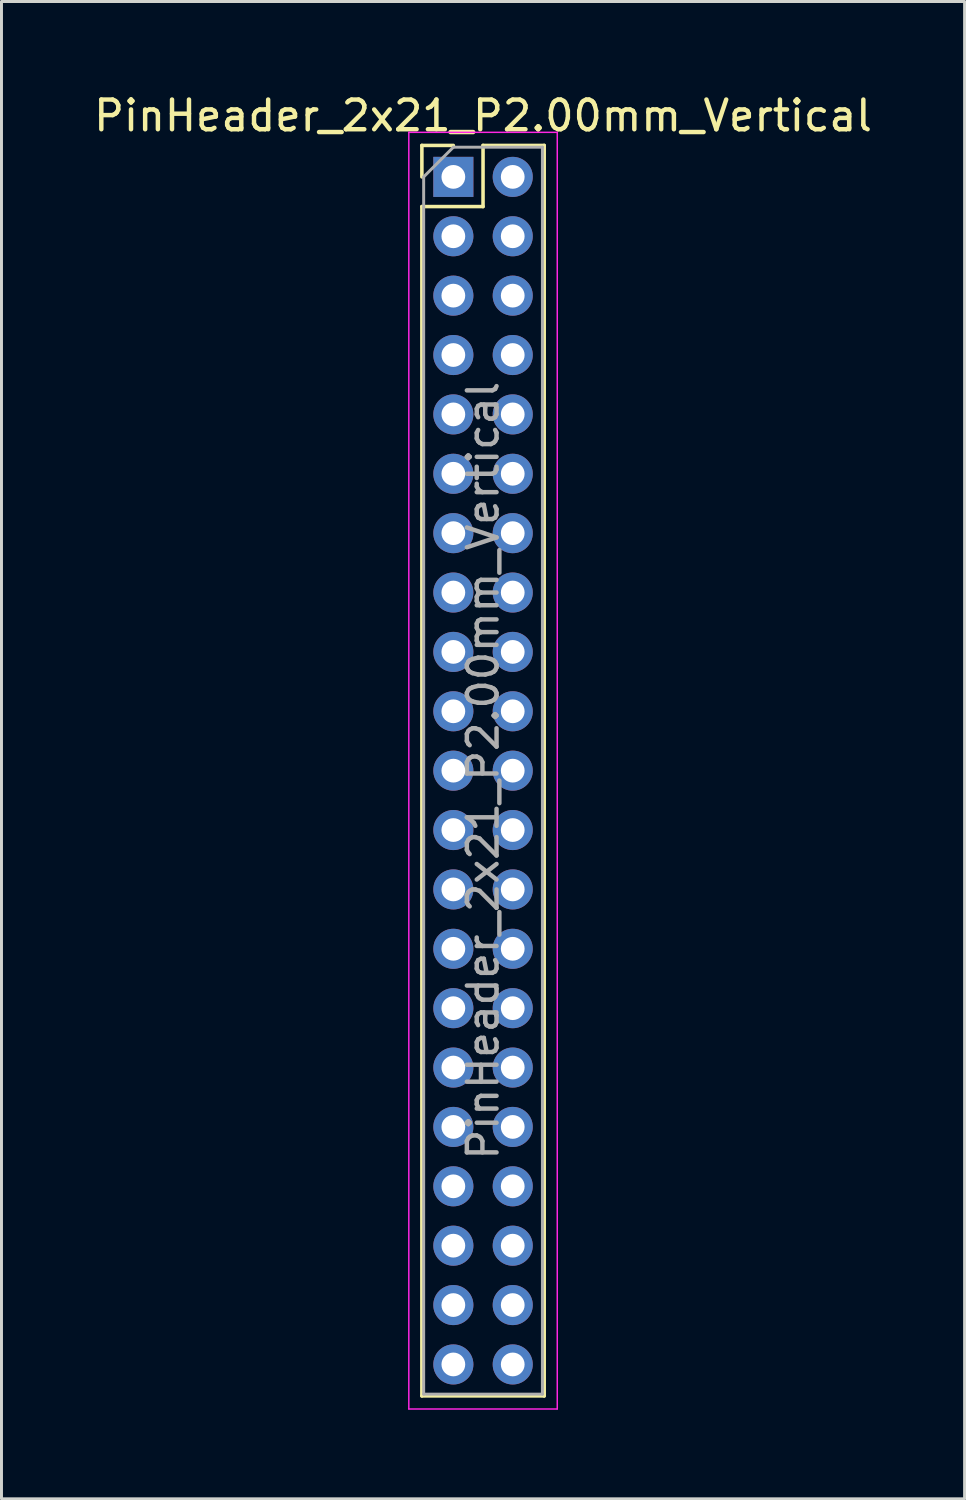
<source format=kicad_pcb>
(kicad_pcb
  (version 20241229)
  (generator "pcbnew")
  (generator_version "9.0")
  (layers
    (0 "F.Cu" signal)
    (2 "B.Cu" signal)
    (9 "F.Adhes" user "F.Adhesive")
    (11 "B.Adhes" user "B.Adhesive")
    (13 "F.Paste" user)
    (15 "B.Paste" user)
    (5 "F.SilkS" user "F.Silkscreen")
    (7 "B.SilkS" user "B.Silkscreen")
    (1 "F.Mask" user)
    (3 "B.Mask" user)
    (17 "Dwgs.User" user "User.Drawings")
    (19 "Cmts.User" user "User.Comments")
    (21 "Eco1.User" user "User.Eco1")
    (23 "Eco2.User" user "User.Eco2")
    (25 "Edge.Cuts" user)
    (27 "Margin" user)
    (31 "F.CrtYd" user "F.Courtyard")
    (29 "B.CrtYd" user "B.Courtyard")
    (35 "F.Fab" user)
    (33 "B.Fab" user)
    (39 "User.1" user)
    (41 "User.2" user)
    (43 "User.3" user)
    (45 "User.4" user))
  (footprint "PinHeader_2x21_P2.00mm_Vertical"
    (layer "F.Cu")
    (at 12.22 2.908)
    (property "Reference" "PinHeader_2x21_P2.00mm_Vertical" (at 1 -2.06 0) (layer "F.SilkS") (effects (font (size 1 1) (thickness 0.15))))
    (attr through_hole)
    (fp_line (start -1.06 -1.06) (end 0 -1.06) (stroke (width 0.12) (type solid)) (layer "F.SilkS"))
    (fp_line (start -1.06 0) (end -1.06 -1.06) (stroke (width 0.12) (type solid)) (layer "F.SilkS"))
    (fp_line (start -1.06 1) (end -1.06 41.06) (stroke (width 0.12) (type solid)) (layer "F.SilkS"))
    (fp_line (start -1.06 1) (end 1 1) (stroke (width 0.12) (type solid)) (layer "F.SilkS"))
    (fp_line (start -1.06 41.06) (end 3.06 41.06) (stroke (width 0.12) (type solid)) (layer "F.SilkS"))
    (fp_line (start 1 -1.06) (end 3.06 -1.06) (stroke (width 0.12) (type solid)) (layer "F.SilkS"))
    (fp_line (start 1 1) (end 1 -1.06) (stroke (width 0.12) (type solid)) (layer "F.SilkS"))
    (fp_line (start 3.06 -1.06) (end 3.06 41.06) (stroke (width 0.12) (type solid)) (layer "F.SilkS"))
    (fp_line (start -1.5 -1.5) (end -1.5 41.5) (stroke (width 0.05) (type solid)) (layer "F.CrtYd"))
    (fp_line (start -1.5 41.5) (end 3.5 41.5) (stroke (width 0.05) (type solid)) (layer "F.CrtYd"))
    (fp_line (start 3.5 -1.5) (end -1.5 -1.5) (stroke (width 0.05) (type solid)) (layer "F.CrtYd"))
    (fp_line (start 3.5 41.5) (end 3.5 -1.5) (stroke (width 0.05) (type solid)) (layer "F.CrtYd"))
    (fp_line (start -1 0) (end 0 -1) (stroke (width 0.1) (type solid)) (layer "F.Fab"))
    (fp_line (start -1 41) (end -1 0) (stroke (width 0.1) (type solid)) (layer "F.Fab"))
    (fp_line (start 0 -1) (end 3 -1) (stroke (width 0.1) (type solid)) (layer "F.Fab"))
    (fp_line (start 3 -1) (end 3 41) (stroke (width 0.1) (type solid)) (layer "F.Fab"))
    (fp_line (start 3 41) (end -1 41) (stroke (width 0.1) (type solid)) (layer "F.Fab"))
    (fp_text user "${REFERENCE}" (at 1 20 90) (layer "F.Fab") (effects (font (size 1 1) (thickness 0.15))))
    (pad "1" thru_hole rect (at 0 0) (size 1.35 1.35) (drill 0.8) (layers "*.Cu" "*.Mask"))
    (pad "2" thru_hole oval (at 2 0) (size 1.35 1.35) (drill 0.8) (layers "*.Cu" "*.Mask"))
    (pad "3" thru_hole oval (at 0 2) (size 1.35 1.35) (drill 0.8) (layers "*.Cu" "*.Mask"))
    (pad "4" thru_hole oval (at 2 2) (size 1.35 1.35) (drill 0.8) (layers "*.Cu" "*.Mask"))
    (pad "5" thru_hole oval (at 0 4) (size 1.35 1.35) (drill 0.8) (layers "*.Cu" "*.Mask"))
    (pad "6" thru_hole oval (at 2 4) (size 1.35 1.35) (drill 0.8) (layers "*.Cu" "*.Mask"))
    (pad "7" thru_hole oval (at 0 6) (size 1.35 1.35) (drill 0.8) (layers "*.Cu" "*.Mask"))
    (pad "8" thru_hole oval (at 2 6) (size 1.35 1.35) (drill 0.8) (layers "*.Cu" "*.Mask"))
    (pad "9" thru_hole oval (at 0 8) (size 1.35 1.35) (drill 0.8) (layers "*.Cu" "*.Mask"))
    (pad "10" thru_hole oval (at 2 8) (size 1.35 1.35) (drill 0.8) (layers "*.Cu" "*.Mask"))
    (pad "11" thru_hole oval (at 0 10) (size 1.35 1.35) (drill 0.8) (layers "*.Cu" "*.Mask"))
    (pad "12" thru_hole oval (at 2 10) (size 1.35 1.35) (drill 0.8) (layers "*.Cu" "*.Mask"))
    (pad "13" thru_hole oval (at 0 12) (size 1.35 1.35) (drill 0.8) (layers "*.Cu" "*.Mask"))
    (pad "14" thru_hole oval (at 2 12) (size 1.35 1.35) (drill 0.8) (layers "*.Cu" "*.Mask"))
    (pad "15" thru_hole oval (at 0 14) (size 1.35 1.35) (drill 0.8) (layers "*.Cu" "*.Mask"))
    (pad "16" thru_hole oval (at 2 14) (size 1.35 1.35) (drill 0.8) (layers "*.Cu" "*.Mask"))
    (pad "17" thru_hole oval (at 0 16) (size 1.35 1.35) (drill 0.8) (layers "*.Cu" "*.Mask"))
    (pad "18" thru_hole oval (at 2 16) (size 1.35 1.35) (drill 0.8) (layers "*.Cu" "*.Mask"))
    (pad "19" thru_hole oval (at 0 18) (size 1.35 1.35) (drill 0.8) (layers "*.Cu" "*.Mask"))
    (pad "20" thru_hole oval (at 2 18) (size 1.35 1.35) (drill 0.8) (layers "*.Cu" "*.Mask"))
    (pad "21" thru_hole oval (at 0 20) (size 1.35 1.35) (drill 0.8) (layers "*.Cu" "*.Mask"))
    (pad "22" thru_hole oval (at 2 20) (size 1.35 1.35) (drill 0.8) (layers "*.Cu" "*.Mask"))
    (pad "23" thru_hole oval (at 0 22) (size 1.35 1.35) (drill 0.8) (layers "*.Cu" "*.Mask"))
    (pad "24" thru_hole oval (at 2 22) (size 1.35 1.35) (drill 0.8) (layers "*.Cu" "*.Mask"))
    (pad "25" thru_hole oval (at 0 24) (size 1.35 1.35) (drill 0.8) (layers "*.Cu" "*.Mask"))
    (pad "26" thru_hole oval (at 2 24) (size 1.35 1.35) (drill 0.8) (layers "*.Cu" "*.Mask"))
    (pad "27" thru_hole oval (at 0 26) (size 1.35 1.35) (drill 0.8) (layers "*.Cu" "*.Mask"))
    (pad "28" thru_hole oval (at 2 26) (size 1.35 1.35) (drill 0.8) (layers "*.Cu" "*.Mask"))
    (pad "29" thru_hole oval (at 0 28) (size 1.35 1.35) (drill 0.8) (layers "*.Cu" "*.Mask"))
    (pad "30" thru_hole oval (at 2 28) (size 1.35 1.35) (drill 0.8) (layers "*.Cu" "*.Mask"))
    (pad "31" thru_hole oval (at 0 30) (size 1.35 1.35) (drill 0.8) (layers "*.Cu" "*.Mask"))
    (pad "32" thru_hole oval (at 2 30) (size 1.35 1.35) (drill 0.8) (layers "*.Cu" "*.Mask"))
    (pad "33" thru_hole oval (at 0 32) (size 1.35 1.35) (drill 0.8) (layers "*.Cu" "*.Mask"))
    (pad "34" thru_hole oval (at 2 32) (size 1.35 1.35) (drill 0.8) (layers "*.Cu" "*.Mask"))
    (pad "35" thru_hole oval (at 0 34) (size 1.35 1.35) (drill 0.8) (layers "*.Cu" "*.Mask"))
    (pad "36" thru_hole oval (at 2 34) (size 1.35 1.35) (drill 0.8) (layers "*.Cu" "*.Mask"))
    (pad "37" thru_hole oval (at 0 36) (size 1.35 1.35) (drill 0.8) (layers "*.Cu" "*.Mask"))
    (pad "38" thru_hole oval (at 2 36) (size 1.35 1.35) (drill 0.8) (layers "*.Cu" "*.Mask"))
    (pad "39" thru_hole oval (at 0 38) (size 1.35 1.35) (drill 0.8) (layers "*.Cu" "*.Mask"))
    (pad "40" thru_hole oval (at 2 38) (size 1.35 1.35) (drill 0.8) (layers "*.Cu" "*.Mask"))
    (pad "41" thru_hole oval (at 0 40) (size 1.35 1.35) (drill 0.8) (layers "*.Cu" "*.Mask"))
    (pad "42" thru_hole oval (at 2 40) (size 1.35 1.35) (drill 0.8) (layers "*.Cu" "*.Mask")))
  (gr_rect
    (start -3 -3)
    (end 29.44 47.433)
    (stroke (width 0.1) (type default))
    (fill no)
    (layer "Edge.Cuts")))
</source>
